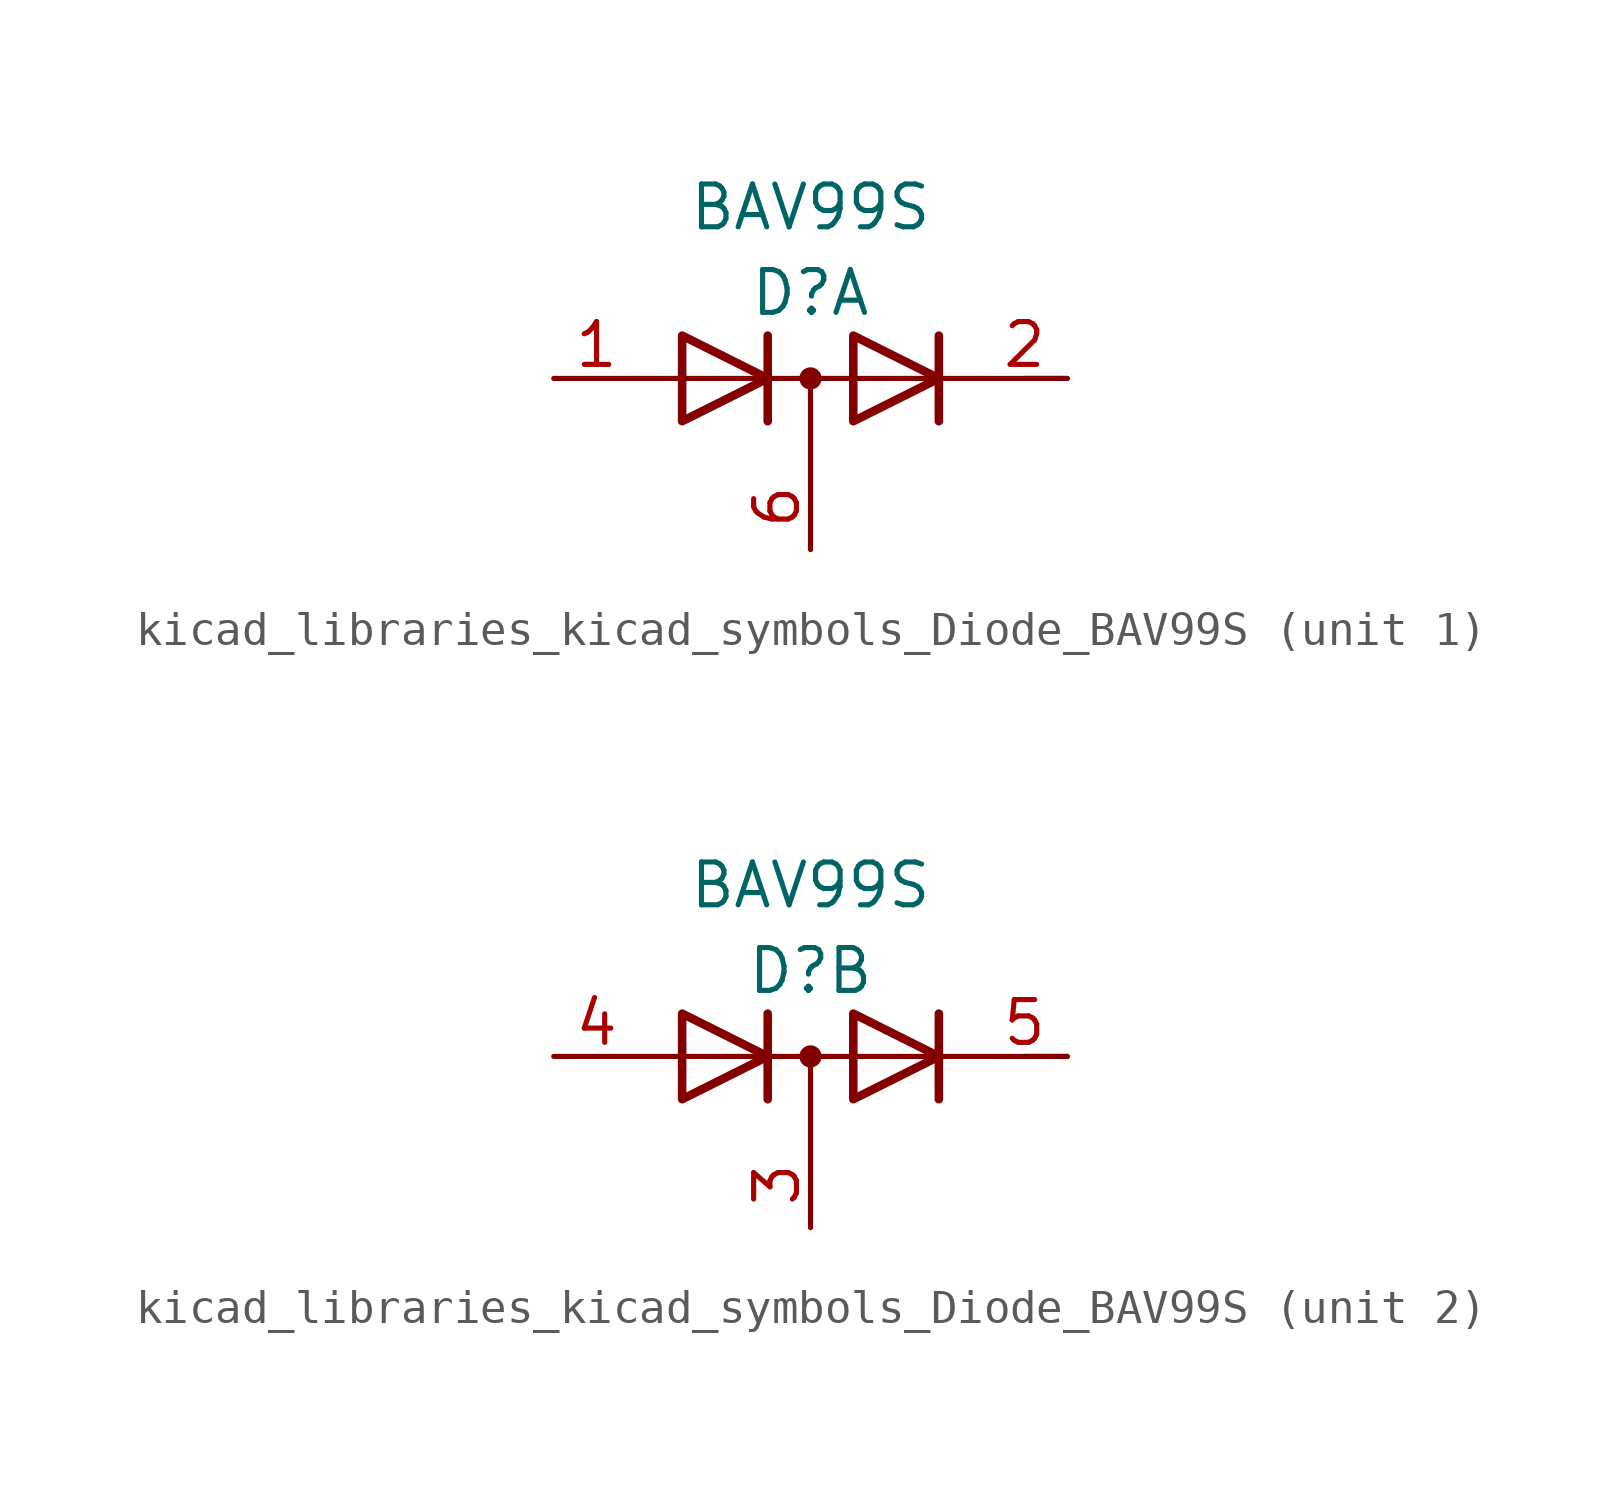
<source format=kicad_sym>
(kicad_symbol_lib
  (version 20220914)
  (generator kicad_symbol_editor)
  (symbol "kicad_libraries_kicad_symbols_Diode_BAV99S"
    (pin_names
      (offset 0.025) hide)
    (property "Reference" "D"
      (at 0 2.54 0)
      (effects (font (size 1.27 1.27))))
    (property "Value" "BAV99S"
      (at 0 5.08 0)
      (effects (font (size 1.27 1.27))))
    (property "ki_locked" ""
      (at 0 0 0)
      (effects (font (size 1.27 1.27))))
    (symbol "kicad_libraries_kicad_symbols_Diode_BAV99S_0_1"
      (polyline (pts (xy -5.08 0) (xy 5.08 0)) (stroke (width 0) (type default)) (fill (type none)))
      (polyline (pts (xy 0 0) (xy 0 -2.54)) (stroke (width 0) (type default)) (fill (type none)))
      (polyline (pts (xy -1.27 -1.27) (xy -1.27 1.27) (xy -1.27 1.27)) (stroke (width 0.254) (type default)) (fill (type none)))
      (polyline (pts (xy 3.81 1.27) (xy 3.81 -1.27) (xy 3.81 -1.27)) (stroke (width 0.254) (type default)) (fill (type none)))
      (polyline (pts (xy -3.81 1.27) (xy -1.27 0) (xy -3.81 -1.27) (xy -3.81 1.27) (xy -3.81 1.27) (xy -3.81 1.27)) (stroke (width 0.254) (type default)) (fill (type none)))
      (polyline (pts (xy 1.27 1.27) (xy 3.81 0) (xy 1.27 -1.27) (xy 1.27 1.27) (xy 1.27 1.27) (xy 1.27 1.27)) (stroke (width 0.254) (type default)) (fill (type none)))
      (circle (center 0 0) (radius 0.254) (stroke (width 0) (type default)) (fill (type outline))))
    (symbol "kicad_libraries_kicad_symbols_Diode_BAV99S_1_1"
      (polyline (pts (xy 6.35 0) (xy 7.62 0)) (stroke (width 0) (type default)) (fill (type none)))
      (pin passive line (at -7.62 0 0) (length 2.54) (name "A1" (effects (font (size 1.27 1.27)))) (number "1" (effects (font (size 1.27 1.27)))))
      (pin passive line (at 7.62 0 180) (length 2.54) (name "K2" (effects (font (size 1.27 1.27)))) (number "2" (effects (font (size 1.27 1.27)))))
      (pin passive line (at 0 -5.08 90) (length 2.54) (name "K3A4" (effects (font (size 1.27 1.27)))) (number "6" (effects (font (size 1.27 1.27))))))
    (symbol "kicad_libraries_kicad_symbols_Diode_BAV99S_2_1"
      (polyline (pts (xy 6.35 0) (xy 7.62 0)) (stroke (width 0) (type default)) (fill (type none)))
      (pin passive line (at 0 -5.08 90) (length 2.54) (name "K1A2" (effects (font (size 1.27 1.27)))) (number "3" (effects (font (size 1.27 1.27)))))
      (pin passive line (at -7.62 0 0) (length 2.54) (name "A3" (effects (font (size 1.27 1.27)))) (number "4" (effects (font (size 1.27 1.27)))))
      (pin passive line (at 7.62 0 180) (length 2.54) (name "K4" (effects (font (size 1.27 1.27)))) (number "5" (effects (font (size 1.27 1.27))))))))
</source>
